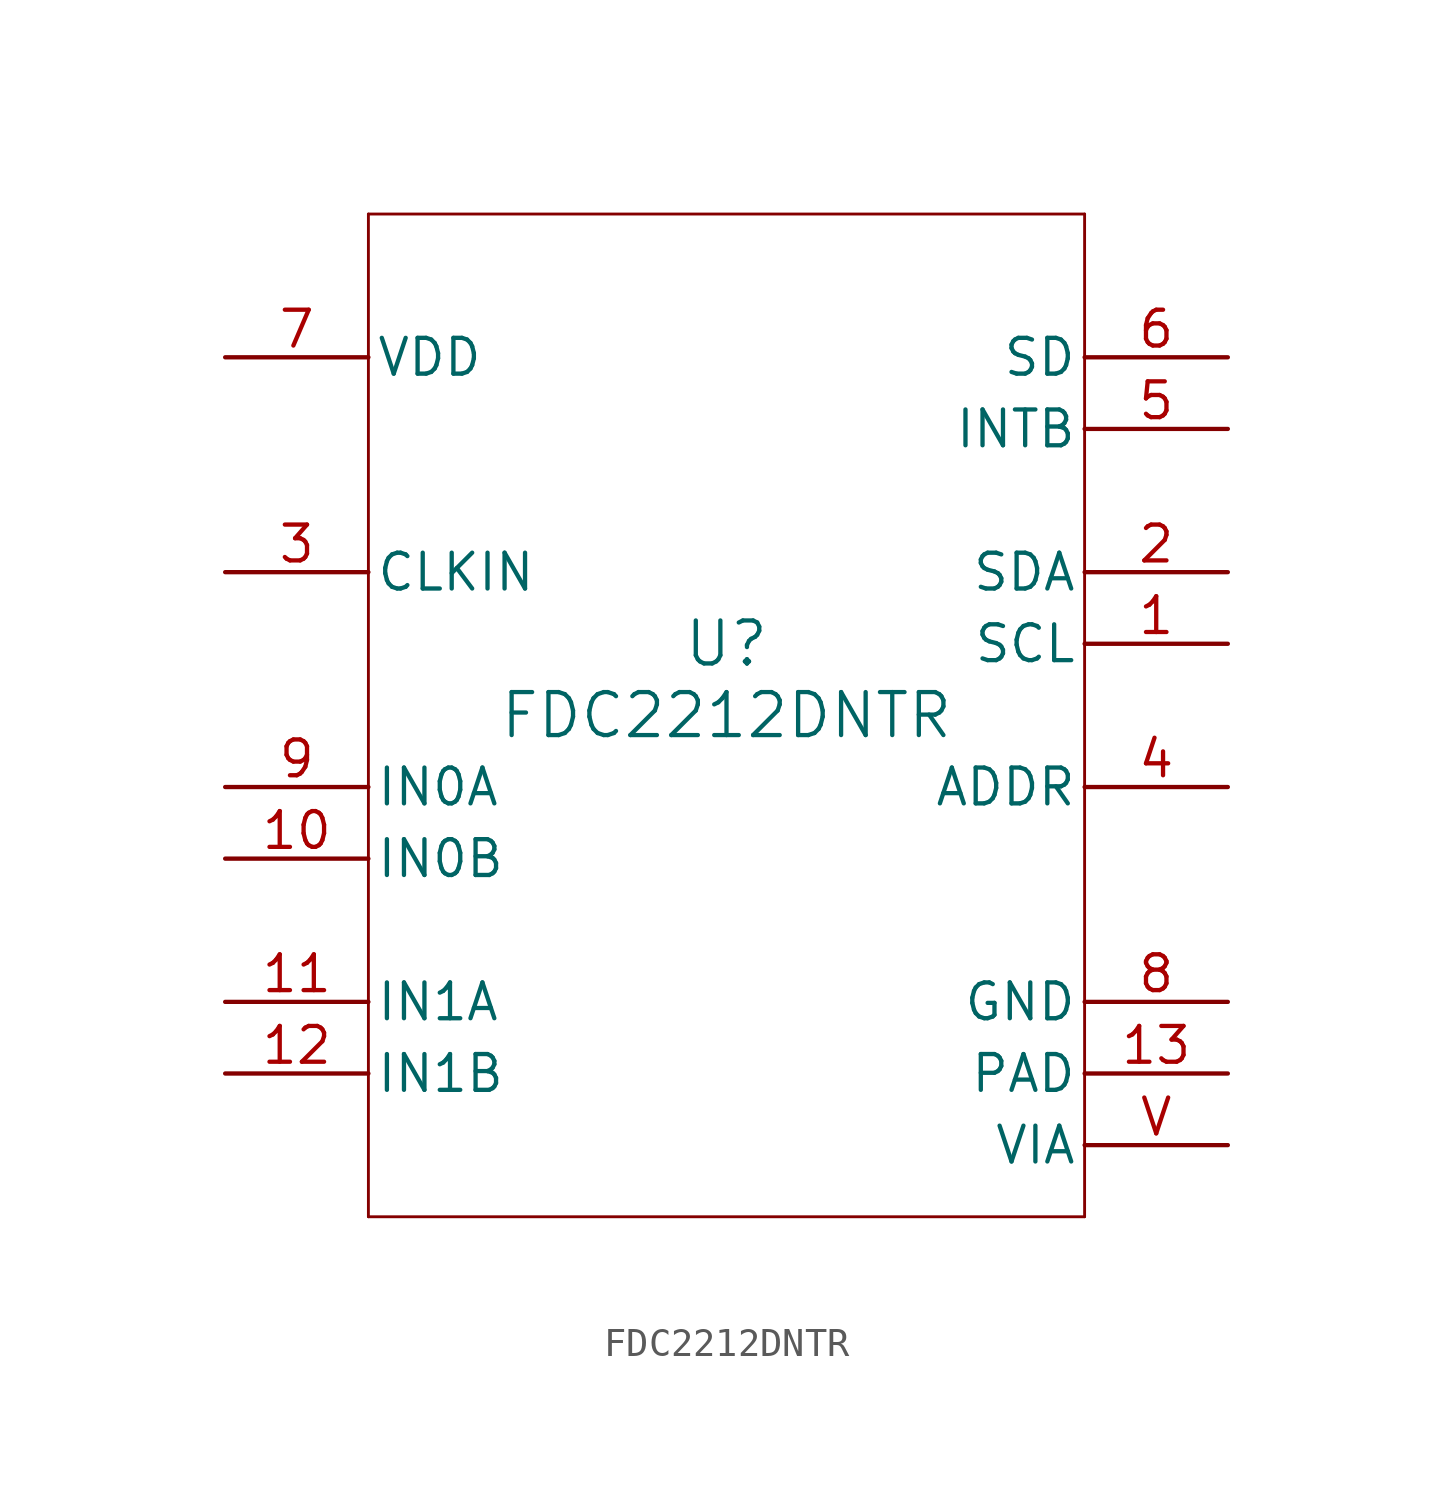
<source format=kicad_sym>
(kicad_symbol_lib
  (version 20241209)
  (generator "kicad_symbol_editor")
  (generator_version "9.0")
  (symbol "FDC2212DNTR"
    (pin_names
      (offset 0.254))
    (property "Reference" "U"
      (at 0 2.54 0)
      (effects (font (size 1.524 1.524))))
    (property "Value" "FDC2212DNTR"
      (at 0 0 0)
      (effects (font (size 1.524 1.524))))
    (property "ki_locked" ""
      (at 0 0 0)
      (effects (font (size 1.27 1.27))))
    (symbol "FDC2212DNTR_0_1"
      (polyline (pts (xy -12.7 17.78) (xy -12.7 -17.78)) (stroke (width 0.102) (type default)) (fill (type none)))
      (polyline (pts (xy -12.7 -17.78) (xy 12.7 -17.78)) (stroke (width 0.102) (type default)) (fill (type none)))
      (polyline (pts (xy 12.7 17.78) (xy -12.7 17.78)) (stroke (width 0.102) (type default)) (fill (type none)))
      (polyline (pts (xy 12.7 -17.78) (xy 12.7 17.78)) (stroke (width 0.102) (type default)) (fill (type none)))
      (pin power_in line (at -17.78 12.7 0) (length 5.08) (name "VDD" (effects (font (size 1.27 1.27)))) (number "7" (effects (font (size 1.27 1.27)))))
      (pin input line (at -17.78 5.08 0) (length 5.08) (name "CLKIN" (effects (font (size 1.27 1.27)))) (number "3" (effects (font (size 1.27 1.27)))))
      (pin input line (at -17.78 -2.54 0) (length 5.08) (name "IN0A" (effects (font (size 1.27 1.27)))) (number "9" (effects (font (size 1.27 1.27)))))
      (pin input line (at -17.78 -5.08 0) (length 5.08) (name "IN0B" (effects (font (size 1.27 1.27)))) (number "10" (effects (font (size 1.27 1.27)))))
      (pin input line (at -17.78 -10.16 0) (length 5.08) (name "IN1A" (effects (font (size 1.27 1.27)))) (number "11" (effects (font (size 1.27 1.27)))))
      (pin input line (at -17.78 -12.7 0) (length 5.08) (name "IN1B" (effects (font (size 1.27 1.27)))) (number "12" (effects (font (size 1.27 1.27)))))
      (pin input line (at 17.78 12.7 180) (length 5.08) (name "SD" (effects (font (size 1.27 1.27)))) (number "6" (effects (font (size 1.27 1.27)))))
      (pin output line (at 17.78 10.16 180) (length 5.08) (name "INTB" (effects (font (size 1.27 1.27)))) (number "5" (effects (font (size 1.27 1.27)))))
      (pin bidirectional line (at 17.78 5.08 180) (length 5.08) (name "SDA" (effects (font (size 1.27 1.27)))) (number "2" (effects (font (size 1.27 1.27)))))
      (pin input line (at 17.78 2.54 180) (length 5.08) (name "SCL" (effects (font (size 1.27 1.27)))) (number "1" (effects (font (size 1.27 1.27)))))
      (pin input line (at 17.78 -2.54 180) (length 5.08) (name "ADDR" (effects (font (size 1.27 1.27)))) (number "4" (effects (font (size 1.27 1.27))))))
    (symbol "FDC2212DNTR_1_1"
      (pin power_in line (at 17.78 -10.16 180) (length 5.08) (name "GND" (effects (font (size 1.27 1.27)))) (number "8" (effects (font (size 1.27 1.27)))))
      (pin power_in line (at 17.78 -12.7 180) (length 5.08) (name "PAD" (effects (font (size 1.27 1.27)))) (number "13" (effects (font (size 1.27 1.27)))))
      (pin power_in line (at 17.78 -15.24 180) (length 5.08) (name "VIA" (effects (font (size 1.27 1.27)))) (number "V" (effects (font (size 1.27 1.27))))))))
</source>
